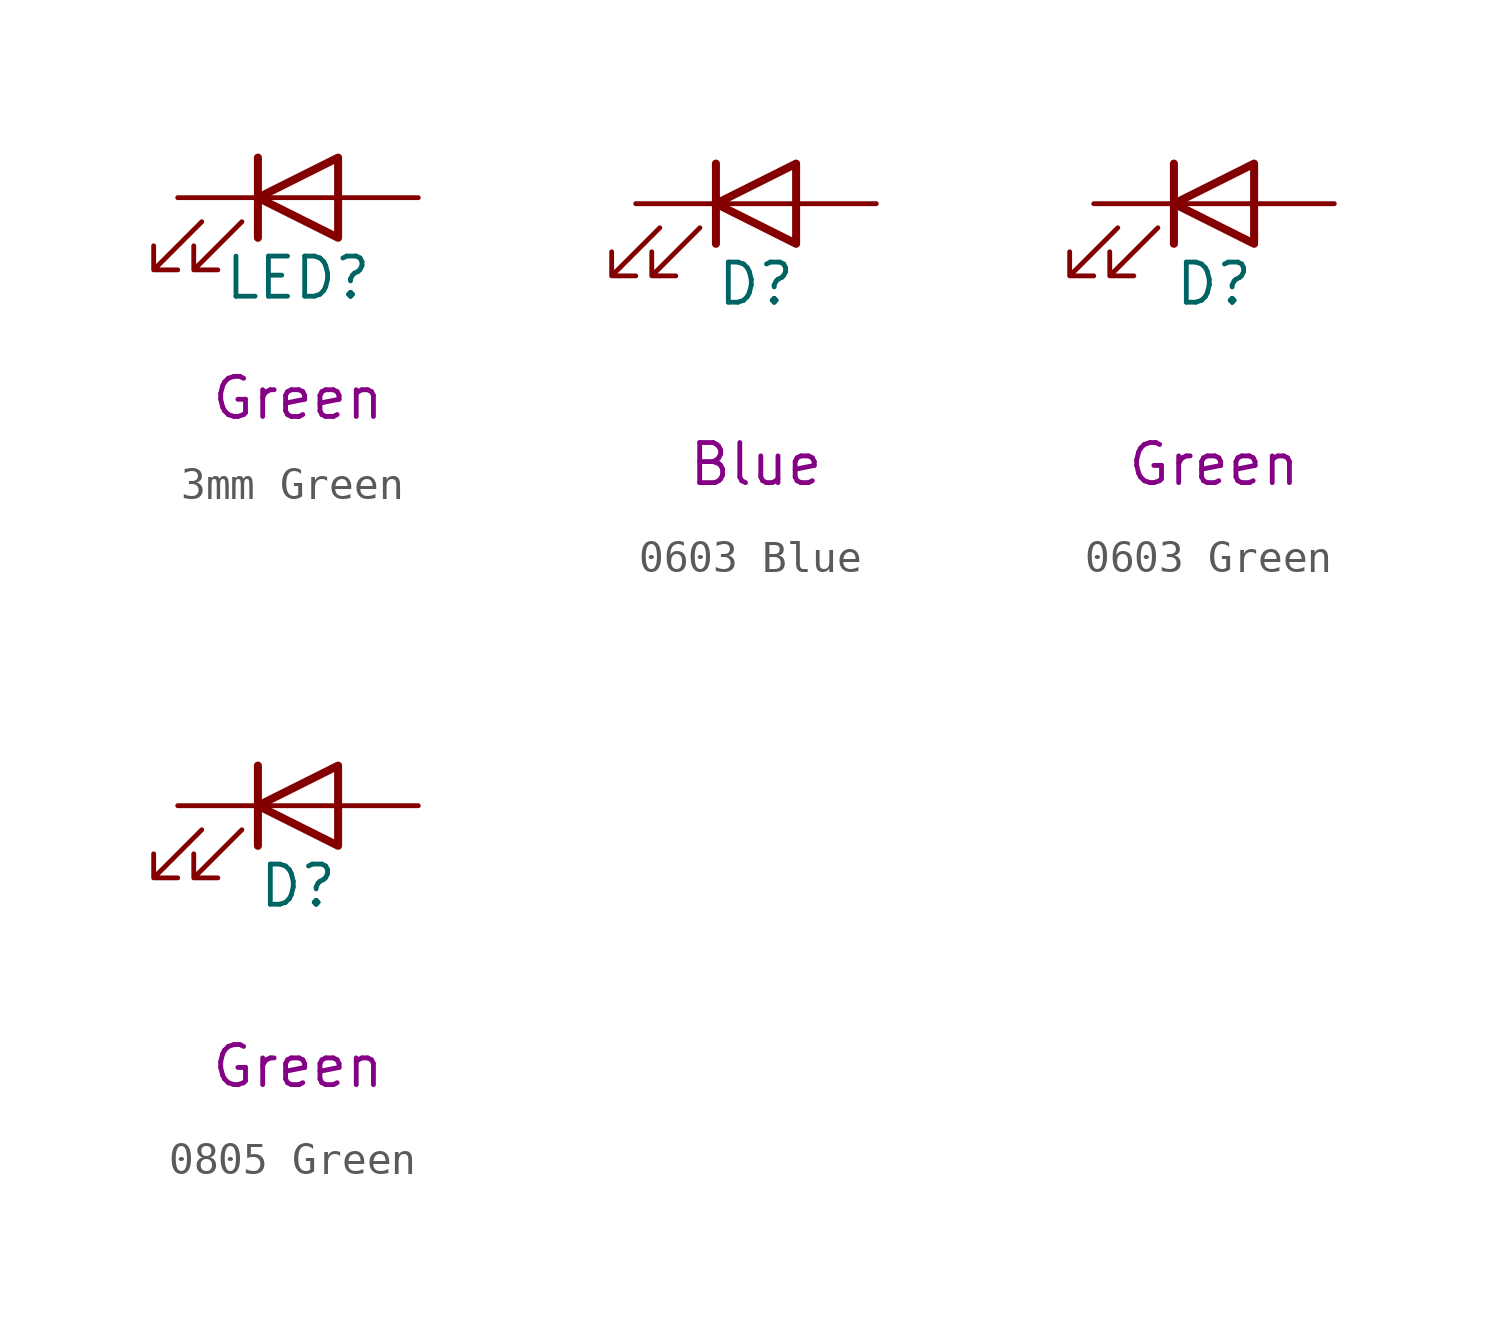
<source format=kicad_sym>
(kicad_symbol_lib
  (version 20211014)
  (generator kicad_symbol_editor)
  (symbol "3mm Green"
    (pin_numbers hide)
    (pin_names
      (offset 1.016) hide)
    (property "Reference" "LED"
      (at 0 -2.54 0)
      (effects (font (size 1.27 1.27))))
    (property "Comment" "Green"
      (at 0 -6.35 0)
      (effects (font (size 1.27 1.27))))
    (symbol "3mm Green_1_1"
      (polyline (pts (xy -1.27 -1.27) (xy -1.27 1.27)) (stroke (width 0.254) (type default) (color 0 0 0 0)) (fill (type none)))
      (polyline (pts (xy -1.27 0) (xy 1.27 0)) (stroke (width 0) (type default) (color 0 0 0 0)) (fill (type none)))
      (polyline (pts (xy 1.27 -1.27) (xy 1.27 1.27) (xy -1.27 0) (xy 1.27 -1.27)) (stroke (width 0.254) (type default) (color 0 0 0 0)) (fill (type none)))
      (polyline (pts (xy -3.048 -0.762) (xy -4.572 -2.286) (xy -3.81 -2.286) (xy -4.572 -2.286) (xy -4.572 -1.524)) (stroke (width 0) (type default) (color 0 0 0 0)) (fill (type none)))
      (polyline (pts (xy -1.778 -0.762) (xy -3.302 -2.286) (xy -2.54 -2.286) (xy -3.302 -2.286) (xy -3.302 -1.524)) (stroke (width 0) (type default) (color 0 0 0 0)) (fill (type none)))
      (pin passive line (at -3.81 0 0) (length 2.54) (name "K" (effects (font (size 1.27 1.27)))) (number "1" (effects (font (size 1.27 1.27)))))
      (pin passive line (at 3.81 0 180) (length 2.54) (name "A" (effects (font (size 1.27 1.27)))) (number "2" (effects (font (size 1.27 1.27)))))))
  (symbol "0603 Blue"
    (pin_numbers hide)
    (pin_names
      (offset 1.016) hide)
    (property "Reference" "D"
      (at 0 -2.54 0)
      (effects (font (size 1.27 1.27))))
    (property "Comment" "Blue"
      (at 0 -8.255 0)
      (effects (font (size 1.27 1.27))))
    (symbol "0603 Blue_1_1"
      (polyline (pts (xy -1.27 -1.27) (xy -1.27 1.27)) (stroke (width 0.254) (type default) (color 0 0 0 0)) (fill (type none)))
      (polyline (pts (xy -1.27 0) (xy 1.27 0)) (stroke (width 0) (type default) (color 0 0 0 0)) (fill (type none)))
      (polyline (pts (xy 1.27 -1.27) (xy 1.27 1.27) (xy -1.27 0) (xy 1.27 -1.27)) (stroke (width 0.254) (type default) (color 0 0 0 0)) (fill (type none)))
      (polyline (pts (xy -3.048 -0.762) (xy -4.572 -2.286) (xy -3.81 -2.286) (xy -4.572 -2.286) (xy -4.572 -1.524)) (stroke (width 0) (type default) (color 0 0 0 0)) (fill (type none)))
      (polyline (pts (xy -1.778 -0.762) (xy -3.302 -2.286) (xy -2.54 -2.286) (xy -3.302 -2.286) (xy -3.302 -1.524)) (stroke (width 0) (type default) (color 0 0 0 0)) (fill (type none)))
      (pin passive line (at -3.81 0 0) (length 2.54) (name "K" (effects (font (size 1.27 1.27)))) (number "1" (effects (font (size 1.27 1.27)))))
      (pin passive line (at 3.81 0 180) (length 2.54) (name "A" (effects (font (size 1.27 1.27)))) (number "2" (effects (font (size 1.27 1.27)))))))
  (symbol "0603 Green"
    (pin_numbers hide)
    (pin_names
      (offset 1.016) hide)
    (property "Reference" "D"
      (at 0 -2.54 0)
      (effects (font (size 1.27 1.27))))
    (property "Comment" "Green"
      (at 0 -8.255 0)
      (effects (font (size 1.27 1.27))))
    (symbol "0603 Green_1_1"
      (polyline (pts (xy -1.27 -1.27) (xy -1.27 1.27)) (stroke (width 0.254) (type default) (color 0 0 0 0)) (fill (type none)))
      (polyline (pts (xy -1.27 0) (xy 1.27 0)) (stroke (width 0) (type default) (color 0 0 0 0)) (fill (type none)))
      (polyline (pts (xy 1.27 -1.27) (xy 1.27 1.27) (xy -1.27 0) (xy 1.27 -1.27)) (stroke (width 0.254) (type default) (color 0 0 0 0)) (fill (type none)))
      (polyline (pts (xy -3.048 -0.762) (xy -4.572 -2.286) (xy -3.81 -2.286) (xy -4.572 -2.286) (xy -4.572 -1.524)) (stroke (width 0) (type default) (color 0 0 0 0)) (fill (type none)))
      (polyline (pts (xy -1.778 -0.762) (xy -3.302 -2.286) (xy -2.54 -2.286) (xy -3.302 -2.286) (xy -3.302 -1.524)) (stroke (width 0) (type default) (color 0 0 0 0)) (fill (type none)))
      (pin passive line (at -3.81 0 0) (length 2.54) (name "K" (effects (font (size 1.27 1.27)))) (number "1" (effects (font (size 1.27 1.27)))))
      (pin passive line (at 3.81 0 180) (length 2.54) (name "A" (effects (font (size 1.27 1.27)))) (number "2" (effects (font (size 1.27 1.27)))))))
  (symbol "0805 Green"
    (pin_numbers hide)
    (pin_names
      (offset 1.016) hide)
    (property "Reference" "D"
      (at 0 -2.54 0)
      (effects (font (size 1.27 1.27))))
    (property "Comment" "Green"
      (at 0 -8.255 0)
      (effects (font (size 1.27 1.27))))
    (symbol "0805 Green_1_1"
      (polyline (pts (xy -1.27 -1.27) (xy -1.27 1.27)) (stroke (width 0.254) (type default) (color 0 0 0 0)) (fill (type none)))
      (polyline (pts (xy -1.27 0) (xy 1.27 0)) (stroke (width 0) (type default) (color 0 0 0 0)) (fill (type none)))
      (polyline (pts (xy 1.27 -1.27) (xy 1.27 1.27) (xy -1.27 0) (xy 1.27 -1.27)) (stroke (width 0.254) (type default) (color 0 0 0 0)) (fill (type none)))
      (polyline (pts (xy -3.048 -0.762) (xy -4.572 -2.286) (xy -3.81 -2.286) (xy -4.572 -2.286) (xy -4.572 -1.524)) (stroke (width 0) (type default) (color 0 0 0 0)) (fill (type none)))
      (polyline (pts (xy -1.778 -0.762) (xy -3.302 -2.286) (xy -2.54 -2.286) (xy -3.302 -2.286) (xy -3.302 -1.524)) (stroke (width 0) (type default) (color 0 0 0 0)) (fill (type none)))
      (pin passive line (at -3.81 0 0) (length 2.54) (name "K" (effects (font (size 1.27 1.27)))) (number "1" (effects (font (size 1.27 1.27)))))
      (pin passive line (at 3.81 0 180) (length 2.54) (name "A" (effects (font (size 1.27 1.27)))) (number "2" (effects (font (size 1.27 1.27))))))))
</source>
